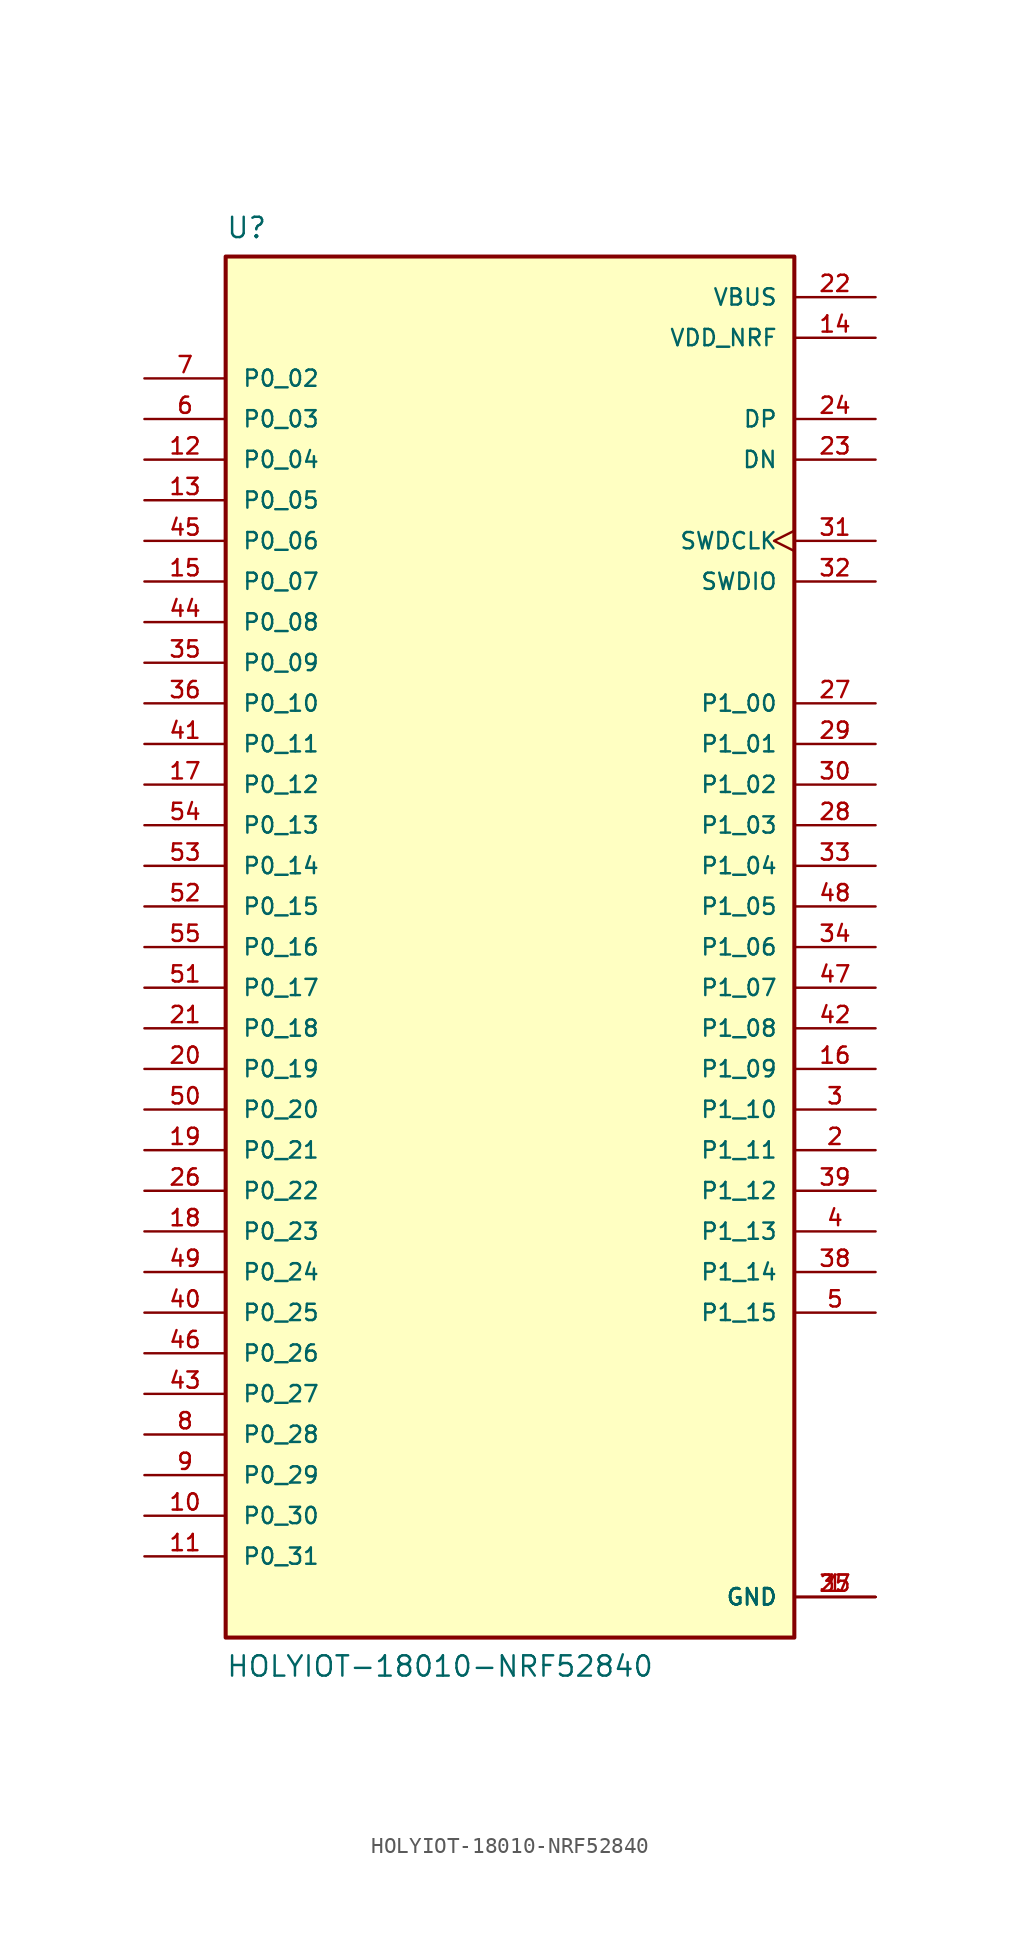
<source format=kicad_sym>
(kicad_symbol_lib
  (version 20211014)
  (generator kicad_symbol_editor)
  (symbol "HOLYIOT-18010-NRF52840"
    (pin_names
      (offset 1.016))
    (property "Reference" "U"
      (at -17.78 45.72 0)
      (effects (font (size 1.27 1.27)) (justify top left)))
    (property "Value" "HOLYIOT-18010-NRF52840"
      (at -17.78 -45.72 0)
      (effects (font (size 1.27 1.27)) (justify bottom left)))
    (symbol "HOLYIOT-18010-NRF52840_0_0"
      (rectangle (start -17.78 -43.18) (end 17.78 43.18) (stroke (width 0.254)) (fill (type background)))
      (pin power_in line (at 22.86 -40.64 180.0) (length 5.08) (name "GND" (effects (font (size 1.016 1.016)))) (number "1" (effects (font (size 1.016 1.016)))))
      (pin power_in line (at 22.86 -40.64 180.0) (length 5.08) (name "GND" (effects (font (size 1.016 1.016)))) (number "25" (effects (font (size 1.016 1.016)))))
      (pin power_in line (at 22.86 -40.64 180.0) (length 5.08) (name "GND" (effects (font (size 1.016 1.016)))) (number "37" (effects (font (size 1.016 1.016)))))
      (pin bidirectional line (at 22.86 -12.7 180.0) (length 5.08) (name "P1_11" (effects (font (size 1.016 1.016)))) (number "2" (effects (font (size 1.016 1.016)))))
      (pin bidirectional line (at 22.86 -10.16 180.0) (length 5.08) (name "P1_10" (effects (font (size 1.016 1.016)))) (number "3" (effects (font (size 1.016 1.016)))))
      (pin bidirectional line (at 22.86 -17.78 180.0) (length 5.08) (name "P1_13" (effects (font (size 1.016 1.016)))) (number "4" (effects (font (size 1.016 1.016)))))
      (pin bidirectional line (at 22.86 -22.86 180.0) (length 5.08) (name "P1_15" (effects (font (size 1.016 1.016)))) (number "5" (effects (font (size 1.016 1.016)))))
      (pin bidirectional line (at -22.86 33.02 0) (length 5.08) (name "P0_03" (effects (font (size 1.016 1.016)))) (number "6" (effects (font (size 1.016 1.016)))))
      (pin bidirectional line (at -22.86 35.56 0) (length 5.08) (name "P0_02" (effects (font (size 1.016 1.016)))) (number "7" (effects (font (size 1.016 1.016)))))
      (pin bidirectional line (at -22.86 -30.48 0) (length 5.08) (name "P0_28" (effects (font (size 1.016 1.016)))) (number "8" (effects (font (size 1.016 1.016)))))
      (pin bidirectional line (at -22.86 -33.02 0) (length 5.08) (name "P0_29" (effects (font (size 1.016 1.016)))) (number "9" (effects (font (size 1.016 1.016)))))
      (pin bidirectional line (at -22.86 -35.56 0) (length 5.08) (name "P0_30" (effects (font (size 1.016 1.016)))) (number "10" (effects (font (size 1.016 1.016)))))
      (pin bidirectional line (at -22.86 -38.1 0) (length 5.08) (name "P0_31" (effects (font (size 1.016 1.016)))) (number "11" (effects (font (size 1.016 1.016)))))
      (pin bidirectional line (at -22.86 30.48 0) (length 5.08) (name "P0_04" (effects (font (size 1.016 1.016)))) (number "12" (effects (font (size 1.016 1.016)))))
      (pin bidirectional line (at -22.86 27.94 0) (length 5.08) (name "P0_05" (effects (font (size 1.016 1.016)))) (number "13" (effects (font (size 1.016 1.016)))))
      (pin power_in line (at 22.86 38.1 180.0) (length 5.08) (name "VDD_NRF" (effects (font (size 1.016 1.016)))) (number "14" (effects (font (size 1.016 1.016)))))
      (pin bidirectional line (at -22.86 22.86 0) (length 5.08) (name "P0_07" (effects (font (size 1.016 1.016)))) (number "15" (effects (font (size 1.016 1.016)))))
      (pin bidirectional line (at 22.86 -7.62 180.0) (length 5.08) (name "P1_09" (effects (font (size 1.016 1.016)))) (number "16" (effects (font (size 1.016 1.016)))))
      (pin bidirectional line (at -22.86 -7.62 0) (length 5.08) (name "P0_19" (effects (font (size 1.016 1.016)))) (number "20" (effects (font (size 1.016 1.016)))))
      (pin bidirectional line (at -22.86 10.16 0) (length 5.08) (name "P0_12" (effects (font (size 1.016 1.016)))) (number "17" (effects (font (size 1.016 1.016)))))
      (pin bidirectional line (at -22.86 -5.08 0) (length 5.08) (name "P0_18" (effects (font (size 1.016 1.016)))) (number "21" (effects (font (size 1.016 1.016)))))
      (pin power_in line (at 22.86 40.64 180.0) (length 5.08) (name "VBUS" (effects (font (size 1.016 1.016)))) (number "22" (effects (font (size 1.016 1.016)))))
      (pin bidirectional line (at 22.86 30.48 180.0) (length 5.08) (name "DN" (effects (font (size 1.016 1.016)))) (number "23" (effects (font (size 1.016 1.016)))))
      (pin bidirectional line (at 22.86 33.02 180.0) (length 5.08) (name "DP" (effects (font (size 1.016 1.016)))) (number "24" (effects (font (size 1.016 1.016)))))
      (pin bidirectional line (at -22.86 -15.24 0) (length 5.08) (name "P0_22" (effects (font (size 1.016 1.016)))) (number "26" (effects (font (size 1.016 1.016)))))
      (pin bidirectional line (at 22.86 15.24 180.0) (length 5.08) (name "P1_00" (effects (font (size 1.016 1.016)))) (number "27" (effects (font (size 1.016 1.016)))))
      (pin bidirectional line (at 22.86 7.62 180.0) (length 5.08) (name "P1_03" (effects (font (size 1.016 1.016)))) (number "28" (effects (font (size 1.016 1.016)))))
      (pin bidirectional line (at 22.86 12.7 180.0) (length 5.08) (name "P1_01" (effects (font (size 1.016 1.016)))) (number "29" (effects (font (size 1.016 1.016)))))
      (pin bidirectional line (at 22.86 10.16 180.0) (length 5.08) (name "P1_02" (effects (font (size 1.016 1.016)))) (number "30" (effects (font (size 1.016 1.016)))))
      (pin input clock (at 22.86 25.4 180.0) (length 5.08) (name "SWDCLK" (effects (font (size 1.016 1.016)))) (number "31" (effects (font (size 1.016 1.016)))))
      (pin bidirectional line (at 22.86 22.86 180.0) (length 5.08) (name "SWDIO" (effects (font (size 1.016 1.016)))) (number "32" (effects (font (size 1.016 1.016)))))
      (pin bidirectional line (at 22.86 5.08 180.0) (length 5.08) (name "P1_04" (effects (font (size 1.016 1.016)))) (number "33" (effects (font (size 1.016 1.016)))))
      (pin bidirectional line (at 22.86 0.0 180.0) (length 5.08) (name "P1_06" (effects (font (size 1.016 1.016)))) (number "34" (effects (font (size 1.016 1.016)))))
      (pin bidirectional line (at -22.86 17.78 0) (length 5.08) (name "P0_09" (effects (font (size 1.016 1.016)))) (number "35" (effects (font (size 1.016 1.016)))))
      (pin bidirectional line (at -22.86 15.24 0) (length 5.08) (name "P0_10" (effects (font (size 1.016 1.016)))) (number "36" (effects (font (size 1.016 1.016)))))
      (pin bidirectional line (at 22.86 -20.32 180.0) (length 5.08) (name "P1_14" (effects (font (size 1.016 1.016)))) (number "38" (effects (font (size 1.016 1.016)))))
      (pin bidirectional line (at 22.86 -15.24 180.0) (length 5.08) (name "P1_12" (effects (font (size 1.016 1.016)))) (number "39" (effects (font (size 1.016 1.016)))))
      (pin bidirectional line (at -22.86 -22.86 0) (length 5.08) (name "P0_25" (effects (font (size 1.016 1.016)))) (number "40" (effects (font (size 1.016 1.016)))))
      (pin bidirectional line (at -22.86 12.7 0) (length 5.08) (name "P0_11" (effects (font (size 1.016 1.016)))) (number "41" (effects (font (size 1.016 1.016)))))
      (pin bidirectional line (at 22.86 -5.08 180.0) (length 5.08) (name "P1_08" (effects (font (size 1.016 1.016)))) (number "42" (effects (font (size 1.016 1.016)))))
      (pin bidirectional line (at -22.86 -27.94 0) (length 5.08) (name "P0_27" (effects (font (size 1.016 1.016)))) (number "43" (effects (font (size 1.016 1.016)))))
      (pin bidirectional line (at -22.86 20.32 0) (length 5.08) (name "P0_08" (effects (font (size 1.016 1.016)))) (number "44" (effects (font (size 1.016 1.016)))))
      (pin bidirectional line (at -22.86 25.4 0) (length 5.08) (name "P0_06" (effects (font (size 1.016 1.016)))) (number "45" (effects (font (size 1.016 1.016)))))
      (pin bidirectional line (at -22.86 -25.4 0) (length 5.08) (name "P0_26" (effects (font (size 1.016 1.016)))) (number "46" (effects (font (size 1.016 1.016)))))
      (pin bidirectional line (at 22.86 -2.54 180.0) (length 5.08) (name "P1_07" (effects (font (size 1.016 1.016)))) (number "47" (effects (font (size 1.016 1.016)))))
      (pin bidirectional line (at 22.86 2.54 180.0) (length 5.08) (name "P1_05" (effects (font (size 1.016 1.016)))) (number "48" (effects (font (size 1.016 1.016)))))
      (pin bidirectional line (at -22.86 -20.32 0) (length 5.08) (name "P0_24" (effects (font (size 1.016 1.016)))) (number "49" (effects (font (size 1.016 1.016)))))
      (pin bidirectional line (at -22.86 -10.16 0) (length 5.08) (name "P0_20" (effects (font (size 1.016 1.016)))) (number "50" (effects (font (size 1.016 1.016)))))
      (pin bidirectional line (at -22.86 -2.54 0) (length 5.08) (name "P0_17" (effects (font (size 1.016 1.016)))) (number "51" (effects (font (size 1.016 1.016)))))
      (pin bidirectional line (at -22.86 2.54 0) (length 5.08) (name "P0_15" (effects (font (size 1.016 1.016)))) (number "52" (effects (font (size 1.016 1.016)))))
      (pin bidirectional line (at -22.86 5.08 0) (length 5.08) (name "P0_14" (effects (font (size 1.016 1.016)))) (number "53" (effects (font (size 1.016 1.016)))))
      (pin bidirectional line (at -22.86 7.62 0) (length 5.08) (name "P0_13" (effects (font (size 1.016 1.016)))) (number "54" (effects (font (size 1.016 1.016)))))
      (pin bidirectional line (at -22.86 0.0 0) (length 5.08) (name "P0_16" (effects (font (size 1.016 1.016)))) (number "55" (effects (font (size 1.016 1.016)))))
      (pin bidirectional line (at -22.86 -12.7 0) (length 5.08) (name "P0_21" (effects (font (size 1.016 1.016)))) (number "19" (effects (font (size 1.016 1.016)))))
      (pin bidirectional line (at -22.86 -17.78 0) (length 5.08) (name "P0_23" (effects (font (size 1.016 1.016)))) (number "18" (effects (font (size 1.016 1.016))))))))
</source>
